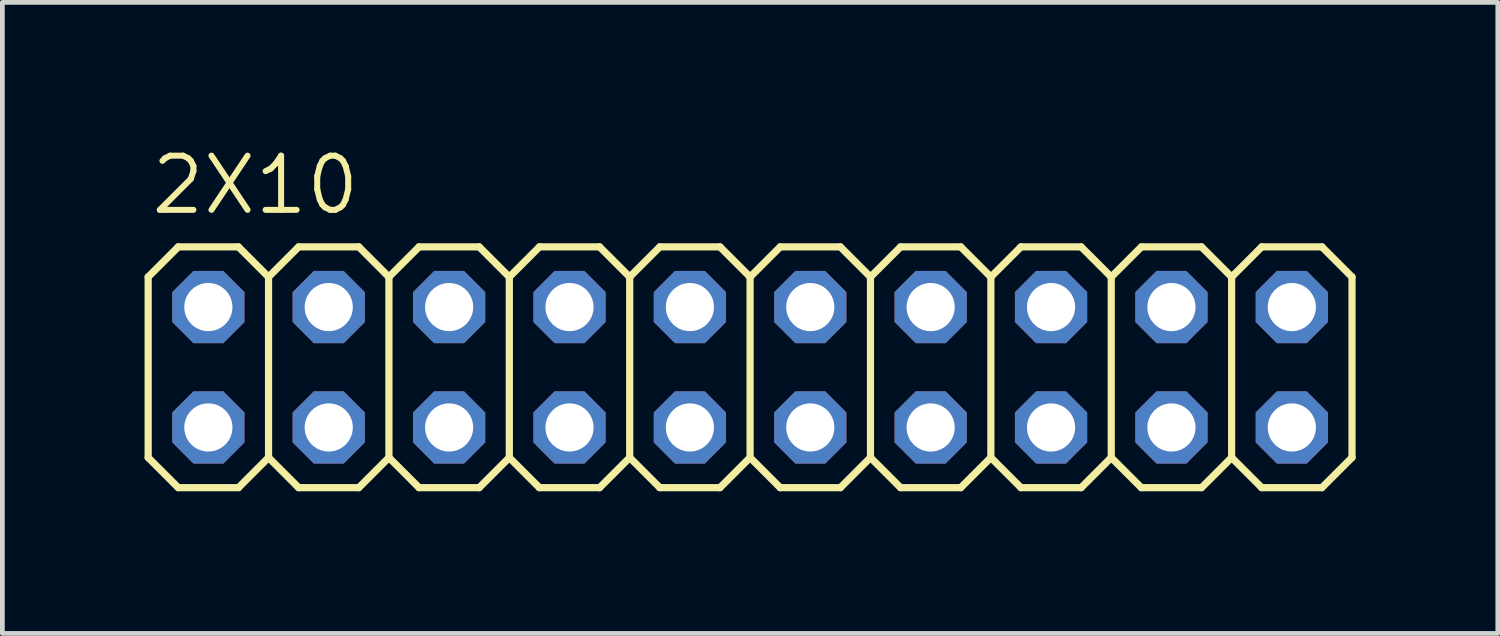
<source format=kicad_pcb>
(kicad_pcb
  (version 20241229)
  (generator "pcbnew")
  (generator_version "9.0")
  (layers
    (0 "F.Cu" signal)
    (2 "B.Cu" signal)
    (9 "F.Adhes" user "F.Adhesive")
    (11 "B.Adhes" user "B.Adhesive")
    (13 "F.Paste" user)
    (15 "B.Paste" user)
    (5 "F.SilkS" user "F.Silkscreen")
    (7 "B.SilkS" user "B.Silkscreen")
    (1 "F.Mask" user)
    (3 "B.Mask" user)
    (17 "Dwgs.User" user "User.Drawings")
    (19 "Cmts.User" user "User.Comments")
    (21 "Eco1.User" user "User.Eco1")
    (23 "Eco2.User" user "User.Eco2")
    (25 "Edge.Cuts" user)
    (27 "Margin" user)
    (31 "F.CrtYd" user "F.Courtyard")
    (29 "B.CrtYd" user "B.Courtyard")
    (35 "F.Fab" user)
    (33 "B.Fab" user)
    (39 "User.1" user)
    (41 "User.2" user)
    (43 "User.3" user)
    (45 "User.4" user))
  (footprint "2X10"
    (layer "F.Cu")
    (at 12.776 4.699)
    (property "Reference" "2X10" (at -12.7 -3.175 0) (layer "F.SilkS") (effects (font (size 1.143 1.143) (thickness 0.127)) (justify left bottom)))
    (fp_line (start -12.7 -1.905) (end -12.065 -2.54) (stroke (width 0.152) (type solid)) (layer "F.SilkS"))
    (fp_line (start -12.7 1.905) (end -12.7 -1.905) (stroke (width 0.152) (type solid)) (layer "F.SilkS"))
    (fp_line (start -12.7 1.905) (end -12.065 2.54) (stroke (width 0.152) (type solid)) (layer "F.SilkS"))
    (fp_line (start -12.065 -2.54) (end -10.795 -2.54) (stroke (width 0.152) (type solid)) (layer "F.SilkS"))
    (fp_line (start -12.065 2.54) (end -10.795 2.54) (stroke (width 0.152) (type solid)) (layer "F.SilkS"))
    (fp_line (start -10.795 -2.54) (end -10.16 -1.905) (stroke (width 0.152) (type solid)) (layer "F.SilkS"))
    (fp_line (start -10.795 2.54) (end -10.16 1.905) (stroke (width 0.152) (type solid)) (layer "F.SilkS"))
    (fp_line (start -10.16 -1.905) (end -10.16 1.905) (stroke (width 0.152) (type solid)) (layer "F.SilkS"))
    (fp_line (start -10.16 -1.905) (end -9.525 -2.54) (stroke (width 0.152) (type solid)) (layer "F.SilkS"))
    (fp_line (start -10.16 1.905) (end -9.525 2.54) (stroke (width 0.152) (type solid)) (layer "F.SilkS"))
    (fp_line (start -9.525 -2.54) (end -8.255 -2.54) (stroke (width 0.152) (type solid)) (layer "F.SilkS"))
    (fp_line (start -9.525 2.54) (end -8.255 2.54) (stroke (width 0.152) (type solid)) (layer "F.SilkS"))
    (fp_line (start -8.255 -2.54) (end -7.62 -1.905) (stroke (width 0.152) (type solid)) (layer "F.SilkS"))
    (fp_line (start -8.255 2.54) (end -7.62 1.905) (stroke (width 0.152) (type solid)) (layer "F.SilkS"))
    (fp_line (start -7.62 -1.905) (end -7.62 1.905) (stroke (width 0.152) (type solid)) (layer "F.SilkS"))
    (fp_line (start -7.62 -1.905) (end -6.985 -2.54) (stroke (width 0.152) (type solid)) (layer "F.SilkS"))
    (fp_line (start -7.62 1.905) (end -6.985 2.54) (stroke (width 0.152) (type solid)) (layer "F.SilkS"))
    (fp_line (start -6.985 -2.54) (end -5.715 -2.54) (stroke (width 0.152) (type solid)) (layer "F.SilkS"))
    (fp_line (start -6.985 2.54) (end -5.715 2.54) (stroke (width 0.152) (type solid)) (layer "F.SilkS"))
    (fp_line (start -5.715 -2.54) (end -5.08 -1.905) (stroke (width 0.152) (type solid)) (layer "F.SilkS"))
    (fp_line (start -5.715 2.54) (end -5.08 1.905) (stroke (width 0.152) (type solid)) (layer "F.SilkS"))
    (fp_line (start -5.08 -1.905) (end -5.08 1.905) (stroke (width 0.152) (type solid)) (layer "F.SilkS"))
    (fp_line (start -5.08 -1.905) (end -4.445 -2.54) (stroke (width 0.152) (type solid)) (layer "F.SilkS"))
    (fp_line (start -5.08 1.905) (end -4.445 2.54) (stroke (width 0.152) (type solid)) (layer "F.SilkS"))
    (fp_line (start -4.445 -2.54) (end -3.175 -2.54) (stroke (width 0.152) (type solid)) (layer "F.SilkS"))
    (fp_line (start -4.445 2.54) (end -3.175 2.54) (stroke (width 0.152) (type solid)) (layer "F.SilkS"))
    (fp_line (start -3.175 -2.54) (end -2.54 -1.905) (stroke (width 0.152) (type solid)) (layer "F.SilkS"))
    (fp_line (start -3.175 2.54) (end -2.54 1.905) (stroke (width 0.152) (type solid)) (layer "F.SilkS"))
    (fp_line (start -2.54 -1.905) (end -2.54 1.905) (stroke (width 0.152) (type solid)) (layer "F.SilkS"))
    (fp_line (start -2.54 -1.905) (end -1.905 -2.54) (stroke (width 0.152) (type solid)) (layer "F.SilkS"))
    (fp_line (start -2.54 1.905) (end -1.905 2.54) (stroke (width 0.152) (type solid)) (layer "F.SilkS"))
    (fp_line (start -1.905 -2.54) (end -0.635 -2.54) (stroke (width 0.152) (type solid)) (layer "F.SilkS"))
    (fp_line (start -1.905 2.54) (end -0.635 2.54) (stroke (width 0.152) (type solid)) (layer "F.SilkS"))
    (fp_line (start -0.635 -2.54) (end 0 -1.905) (stroke (width 0.152) (type solid)) (layer "F.SilkS"))
    (fp_line (start -0.635 2.54) (end 0 1.905) (stroke (width 0.152) (type solid)) (layer "F.SilkS"))
    (fp_line (start 0 -1.905) (end 0 1.905) (stroke (width 0.152) (type solid)) (layer "F.SilkS"))
    (fp_line (start 0 -1.905) (end 0.635 -2.54) (stroke (width 0.152) (type solid)) (layer "F.SilkS"))
    (fp_line (start 0 1.905) (end 0.635 2.54) (stroke (width 0.152) (type solid)) (layer "F.SilkS"))
    (fp_line (start 0.635 -2.54) (end 1.905 -2.54) (stroke (width 0.152) (type solid)) (layer "F.SilkS"))
    (fp_line (start 0.635 2.54) (end 1.905 2.54) (stroke (width 0.152) (type solid)) (layer "F.SilkS"))
    (fp_line (start 1.905 -2.54) (end 2.54 -1.905) (stroke (width 0.152) (type solid)) (layer "F.SilkS"))
    (fp_line (start 1.905 2.54) (end 2.54 1.905) (stroke (width 0.152) (type solid)) (layer "F.SilkS"))
    (fp_line (start 2.54 -1.905) (end 2.54 1.905) (stroke (width 0.152) (type solid)) (layer "F.SilkS"))
    (fp_line (start 2.54 -1.905) (end 3.175 -2.54) (stroke (width 0.152) (type solid)) (layer "F.SilkS"))
    (fp_line (start 2.54 1.905) (end 3.175 2.54) (stroke (width 0.152) (type solid)) (layer "F.SilkS"))
    (fp_line (start 3.175 -2.54) (end 4.445 -2.54) (stroke (width 0.152) (type solid)) (layer "F.SilkS"))
    (fp_line (start 3.175 2.54) (end 4.445 2.54) (stroke (width 0.152) (type solid)) (layer "F.SilkS"))
    (fp_line (start 4.445 -2.54) (end 5.08 -1.905) (stroke (width 0.152) (type solid)) (layer "F.SilkS"))
    (fp_line (start 5.08 -1.905) (end 5.08 1.905) (stroke (width 0.152) (type solid)) (layer "F.SilkS"))
    (fp_line (start 5.08 -1.905) (end 5.715 -2.54) (stroke (width 0.152) (type solid)) (layer "F.SilkS"))
    (fp_line (start 5.08 1.905) (end 4.445 2.54) (stroke (width 0.152) (type solid)) (layer "F.SilkS"))
    (fp_line (start 5.08 1.905) (end 5.715 2.54) (stroke (width 0.152) (type solid)) (layer "F.SilkS"))
    (fp_line (start 5.715 -2.54) (end 6.985 -2.54) (stroke (width 0.152) (type solid)) (layer "F.SilkS"))
    (fp_line (start 5.715 2.54) (end 6.985 2.54) (stroke (width 0.152) (type solid)) (layer "F.SilkS"))
    (fp_line (start 6.985 -2.54) (end 7.62 -1.905) (stroke (width 0.152) (type solid)) (layer "F.SilkS"))
    (fp_line (start 7.62 -1.905) (end 7.62 1.905) (stroke (width 0.152) (type solid)) (layer "F.SilkS"))
    (fp_line (start 7.62 -1.905) (end 8.255 -2.54) (stroke (width 0.152) (type solid)) (layer "F.SilkS"))
    (fp_line (start 7.62 1.905) (end 6.985 2.54) (stroke (width 0.152) (type solid)) (layer "F.SilkS"))
    (fp_line (start 7.62 1.905) (end 8.255 2.54) (stroke (width 0.152) (type solid)) (layer "F.SilkS"))
    (fp_line (start 8.255 -2.54) (end 9.525 -2.54) (stroke (width 0.152) (type solid)) (layer "F.SilkS"))
    (fp_line (start 8.255 2.54) (end 9.525 2.54) (stroke (width 0.152) (type solid)) (layer "F.SilkS"))
    (fp_line (start 9.525 -2.54) (end 10.16 -1.905) (stroke (width 0.152) (type solid)) (layer "F.SilkS"))
    (fp_line (start 10.16 -1.905) (end 10.16 1.905) (stroke (width 0.152) (type solid)) (layer "F.SilkS"))
    (fp_line (start 10.16 -1.905) (end 10.795 -2.54) (stroke (width 0.152) (type solid)) (layer "F.SilkS"))
    (fp_line (start 10.16 1.905) (end 9.525 2.54) (stroke (width 0.152) (type solid)) (layer "F.SilkS"))
    (fp_line (start 10.16 1.905) (end 10.795 2.54) (stroke (width 0.152) (type solid)) (layer "F.SilkS"))
    (fp_line (start 10.795 -2.54) (end 12.065 -2.54) (stroke (width 0.152) (type solid)) (layer "F.SilkS"))
    (fp_line (start 10.795 2.54) (end 12.065 2.54) (stroke (width 0.152) (type solid)) (layer "F.SilkS"))
    (fp_line (start 12.065 -2.54) (end 12.7 -1.905) (stroke (width 0.152) (type solid)) (layer "F.SilkS"))
    (fp_line (start 12.7 -1.905) (end 12.7 1.905) (stroke (width 0.152) (type solid)) (layer "F.SilkS"))
    (fp_line (start 12.7 1.905) (end 12.065 2.54) (stroke (width 0.152) (type solid)) (layer "F.SilkS"))
    (fp_poly (pts (xy -11.684 -1.016) (xy -11.176 -1.016) (xy -11.176 -1.524) (xy -11.684 -1.524)) (stroke (width 0.1) (type solid)) (fill no) (layer "F.Fab"))
    (fp_poly (pts (xy -11.684 1.524) (xy -11.176 1.524) (xy -11.176 1.016) (xy -11.684 1.016)) (stroke (width 0.1) (type solid)) (fill no) (layer "F.Fab"))
    (fp_poly (pts (xy -9.144 -1.016) (xy -8.636 -1.016) (xy -8.636 -1.524) (xy -9.144 -1.524)) (stroke (width 0.1) (type solid)) (fill no) (layer "F.Fab"))
    (fp_poly (pts (xy -9.144 1.524) (xy -8.636 1.524) (xy -8.636 1.016) (xy -9.144 1.016)) (stroke (width 0.1) (type solid)) (fill no) (layer "F.Fab"))
    (fp_poly (pts (xy -6.604 -1.016) (xy -6.096 -1.016) (xy -6.096 -1.524) (xy -6.604 -1.524)) (stroke (width 0.1) (type solid)) (fill no) (layer "F.Fab"))
    (fp_poly (pts (xy -6.604 1.524) (xy -6.096 1.524) (xy -6.096 1.016) (xy -6.604 1.016)) (stroke (width 0.1) (type solid)) (fill no) (layer "F.Fab"))
    (fp_poly (pts (xy -4.064 -1.016) (xy -3.556 -1.016) (xy -3.556 -1.524) (xy -4.064 -1.524)) (stroke (width 0.1) (type solid)) (fill no) (layer "F.Fab"))
    (fp_poly (pts (xy -4.064 1.524) (xy -3.556 1.524) (xy -3.556 1.016) (xy -4.064 1.016)) (stroke (width 0.1) (type solid)) (fill no) (layer "F.Fab"))
    (fp_poly (pts (xy -1.524 -1.016) (xy -1.016 -1.016) (xy -1.016 -1.524) (xy -1.524 -1.524)) (stroke (width 0.1) (type solid)) (fill no) (layer "F.Fab"))
    (fp_poly (pts (xy -1.524 1.524) (xy -1.016 1.524) (xy -1.016 1.016) (xy -1.524 1.016)) (stroke (width 0.1) (type solid)) (fill no) (layer "F.Fab"))
    (fp_poly (pts (xy 1.016 -1.016) (xy 1.524 -1.016) (xy 1.524 -1.524) (xy 1.016 -1.524)) (stroke (width 0.1) (type solid)) (fill no) (layer "F.Fab"))
    (fp_poly (pts (xy 1.016 1.524) (xy 1.524 1.524) (xy 1.524 1.016) (xy 1.016 1.016)) (stroke (width 0.1) (type solid)) (fill no) (layer "F.Fab"))
    (fp_poly (pts (xy 3.556 -1.016) (xy 4.064 -1.016) (xy 4.064 -1.524) (xy 3.556 -1.524)) (stroke (width 0.1) (type solid)) (fill no) (layer "F.Fab"))
    (fp_poly (pts (xy 3.556 1.524) (xy 4.064 1.524) (xy 4.064 1.016) (xy 3.556 1.016)) (stroke (width 0.1) (type solid)) (fill no) (layer "F.Fab"))
    (fp_poly (pts (xy 6.096 -1.016) (xy 6.604 -1.016) (xy 6.604 -1.524) (xy 6.096 -1.524)) (stroke (width 0.1) (type solid)) (fill no) (layer "F.Fab"))
    (fp_poly (pts (xy 6.096 1.524) (xy 6.604 1.524) (xy 6.604 1.016) (xy 6.096 1.016)) (stroke (width 0.1) (type solid)) (fill no) (layer "F.Fab"))
    (fp_poly (pts (xy 8.636 -1.016) (xy 9.144 -1.016) (xy 9.144 -1.524) (xy 8.636 -1.524)) (stroke (width 0.1) (type solid)) (fill no) (layer "F.Fab"))
    (fp_poly (pts (xy 8.636 1.524) (xy 9.144 1.524) (xy 9.144 1.016) (xy 8.636 1.016)) (stroke (width 0.1) (type solid)) (fill no) (layer "F.Fab"))
    (fp_poly (pts (xy 11.176 -1.016) (xy 11.684 -1.016) (xy 11.684 -1.524) (xy 11.176 -1.524)) (stroke (width 0.1) (type solid)) (fill no) (layer "F.Fab"))
    (fp_poly (pts (xy 11.176 1.524) (xy 11.684 1.524) (xy 11.684 1.016) (xy 11.176 1.016)) (stroke (width 0.1) (type solid)) (fill no) (layer "F.Fab"))
    (pad "1" thru_hole roundrect (at -11.43 1.27) (size 1.524 1.524) (drill 1.016) (layers "*.Cu" "*.Mask") (roundrect_rratio 0.25) (chamfer_ratio 0.293) (chamfer top_left top_right bottom_left bottom_right))
    (pad "2" thru_hole roundrect (at -11.43 -1.27) (size 1.524 1.524) (drill 1.016) (layers "*.Cu" "*.Mask") (roundrect_rratio 0.25) (chamfer_ratio 0.293) (chamfer top_left top_right bottom_left bottom_right))
    (pad "3" thru_hole roundrect (at -8.89 1.27) (size 1.524 1.524) (drill 1.016) (layers "*.Cu" "*.Mask") (roundrect_rratio 0.25) (chamfer_ratio 0.293) (chamfer top_left top_right bottom_left bottom_right))
    (pad "4" thru_hole roundrect (at -8.89 -1.27) (size 1.524 1.524) (drill 1.016) (layers "*.Cu" "*.Mask") (roundrect_rratio 0.25) (chamfer_ratio 0.293) (chamfer top_left top_right bottom_left bottom_right))
    (pad "5" thru_hole roundrect (at -6.35 1.27) (size 1.524 1.524) (drill 1.016) (layers "*.Cu" "*.Mask") (roundrect_rratio 0.25) (chamfer_ratio 0.293) (chamfer top_left top_right bottom_left bottom_right))
    (pad "6" thru_hole roundrect (at -6.35 -1.27) (size 1.524 1.524) (drill 1.016) (layers "*.Cu" "*.Mask") (roundrect_rratio 0.25) (chamfer_ratio 0.293) (chamfer top_left top_right bottom_left bottom_right))
    (pad "7" thru_hole roundrect (at -3.81 1.27) (size 1.524 1.524) (drill 1.016) (layers "*.Cu" "*.Mask") (roundrect_rratio 0.25) (chamfer_ratio 0.293) (chamfer top_left top_right bottom_left bottom_right))
    (pad "8" thru_hole roundrect (at -3.81 -1.27) (size 1.524 1.524) (drill 1.016) (layers "*.Cu" "*.Mask") (roundrect_rratio 0.25) (chamfer_ratio 0.293) (chamfer top_left top_right bottom_left bottom_right))
    (pad "9" thru_hole roundrect (at -1.27 1.27) (size 1.524 1.524) (drill 1.016) (layers "*.Cu" "*.Mask") (roundrect_rratio 0.25) (chamfer_ratio 0.293) (chamfer top_left top_right bottom_left bottom_right))
    (pad "10" thru_hole roundrect (at -1.27 -1.27) (size 1.524 1.524) (drill 1.016) (layers "*.Cu" "*.Mask") (roundrect_rratio 0.25) (chamfer_ratio 0.293) (chamfer top_left top_right bottom_left bottom_right))
    (pad "11" thru_hole roundrect (at 1.27 1.27) (size 1.524 1.524) (drill 1.016) (layers "*.Cu" "*.Mask") (roundrect_rratio 0.25) (chamfer_ratio 0.293) (chamfer top_left top_right bottom_left bottom_right))
    (pad "12" thru_hole roundrect (at 1.27 -1.27) (size 1.524 1.524) (drill 1.016) (layers "*.Cu" "*.Mask") (roundrect_rratio 0.25) (chamfer_ratio 0.293) (chamfer top_left top_right bottom_left bottom_right))
    (pad "13" thru_hole roundrect (at 3.81 1.27) (size 1.524 1.524) (drill 1.016) (layers "*.Cu" "*.Mask") (roundrect_rratio 0.25) (chamfer_ratio 0.293) (chamfer top_left top_right bottom_left bottom_right))
    (pad "14" thru_hole roundrect (at 3.81 -1.27) (size 1.524 1.524) (drill 1.016) (layers "*.Cu" "*.Mask") (roundrect_rratio 0.25) (chamfer_ratio 0.293) (chamfer top_left top_right bottom_left bottom_right))
    (pad "15" thru_hole roundrect (at 6.35 1.27) (size 1.524 1.524) (drill 1.016) (layers "*.Cu" "*.Mask") (roundrect_rratio 0.25) (chamfer_ratio 0.293) (chamfer top_left top_right bottom_left bottom_right))
    (pad "16" thru_hole roundrect (at 6.35 -1.27) (size 1.524 1.524) (drill 1.016) (layers "*.Cu" "*.Mask") (roundrect_rratio 0.25) (chamfer_ratio 0.293) (chamfer top_left top_right bottom_left bottom_right))
    (pad "17" thru_hole roundrect (at 8.89 1.27) (size 1.524 1.524) (drill 1.016) (layers "*.Cu" "*.Mask") (roundrect_rratio 0.25) (chamfer_ratio 0.293) (chamfer top_left top_right bottom_left bottom_right))
    (pad "18" thru_hole roundrect (at 8.89 -1.27) (size 1.524 1.524) (drill 1.016) (layers "*.Cu" "*.Mask") (roundrect_rratio 0.25) (chamfer_ratio 0.293) (chamfer top_left top_right bottom_left bottom_right))
    (pad "19" thru_hole roundrect (at 11.43 1.27) (size 1.524 1.524) (drill 1.016) (layers "*.Cu" "*.Mask") (roundrect_rratio 0.25) (chamfer_ratio 0.293) (chamfer top_left top_right bottom_left bottom_right))
    (pad "20" thru_hole roundrect (at 11.43 -1.27) (size 1.524 1.524) (drill 1.016) (layers "*.Cu" "*.Mask") (roundrect_rratio 0.25) (chamfer_ratio 0.293) (chamfer top_left top_right bottom_left bottom_right)))
  (gr_rect
    (start -3 -3)
    (end 28.552 10.315)
    (stroke (width 0.1) (type default))
    (fill no)
    (layer "Edge.Cuts")))
</source>
